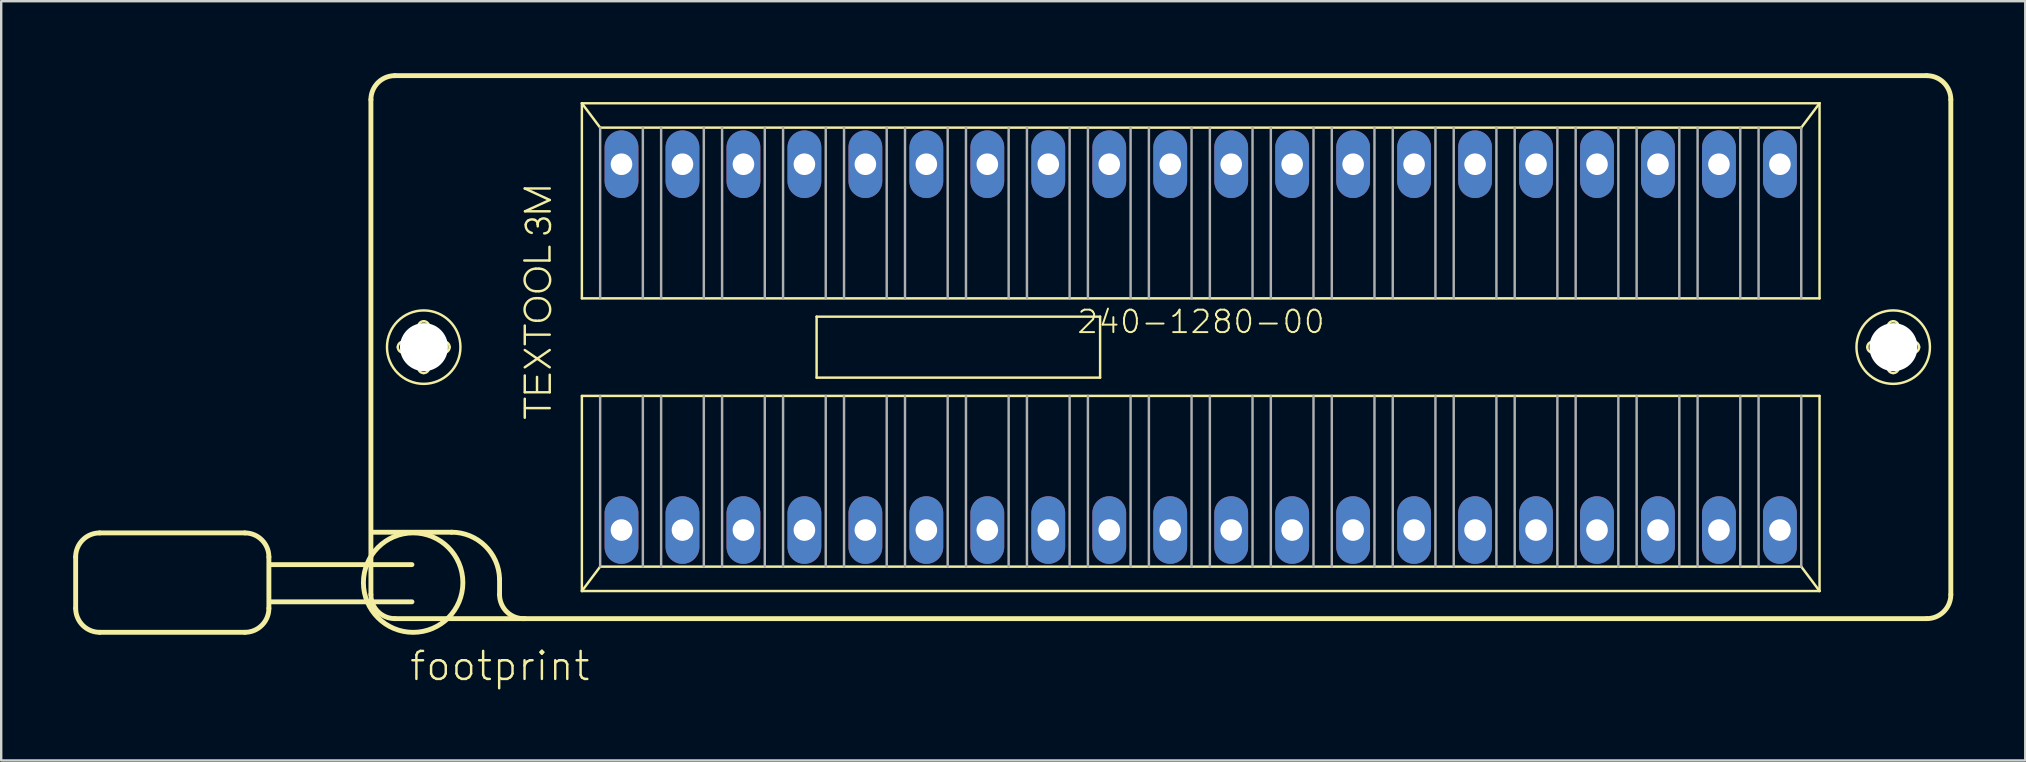
<source format=kicad_pcb>
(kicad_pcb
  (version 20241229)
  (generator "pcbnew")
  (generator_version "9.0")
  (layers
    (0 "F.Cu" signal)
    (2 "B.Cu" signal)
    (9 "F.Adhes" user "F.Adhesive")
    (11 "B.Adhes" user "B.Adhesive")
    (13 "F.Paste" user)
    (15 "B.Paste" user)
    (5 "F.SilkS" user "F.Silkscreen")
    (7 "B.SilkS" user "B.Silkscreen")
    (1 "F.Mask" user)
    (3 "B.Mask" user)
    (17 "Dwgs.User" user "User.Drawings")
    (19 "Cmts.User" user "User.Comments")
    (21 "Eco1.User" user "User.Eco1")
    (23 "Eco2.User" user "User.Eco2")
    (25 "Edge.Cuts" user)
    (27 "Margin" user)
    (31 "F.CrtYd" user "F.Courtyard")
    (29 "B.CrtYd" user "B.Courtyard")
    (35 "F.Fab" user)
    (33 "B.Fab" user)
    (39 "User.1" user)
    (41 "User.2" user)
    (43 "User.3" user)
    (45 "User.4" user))
  (footprint "footprint"
    (layer "F.Cu")
    (at 46.972 11.412)
    (property "Reference" "footprint" (at -33.02 13.97 0) (layer "F.SilkS") (effects (font (size 1.168 1.168) (thickness 0.102)) (justify left bottom)))
    (fp_line (start -46.87 8.74) (end -46.87 10.88) (stroke (width 0.203) (type solid)) (layer "F.SilkS"))
    (fp_line (start -45.87 7.74) (end -39.82 7.74) (stroke (width 0.203) (type solid)) (layer "F.SilkS"))
    (fp_line (start -39.82 11.88) (end -45.87 11.88) (stroke (width 0.203) (type solid)) (layer "F.SilkS"))
    (fp_line (start -38.82 8.74) (end -38.82 10.88) (stroke (width 0.203) (type solid)) (layer "F.SilkS"))
    (fp_line (start -34.57 10.31) (end -34.57 -10.31) (stroke (width 0.203) (type solid)) (layer "F.SilkS"))
    (fp_line (start -34.46 7.71) (end -31.21 7.71) (stroke (width 0.203) (type solid)) (layer "F.SilkS"))
    (fp_line (start -33.57 -11.31) (end 30.25 -11.31) (stroke (width 0.203) (type solid)) (layer "F.SilkS"))
    (fp_line (start -33.22 -0.23) (end -32.67 -0.23) (stroke (width 0.102) (type solid)) (layer "F.SilkS"))
    (fp_line (start -32.86 9.06) (end -38.77 9.06) (stroke (width 0.203) (type solid)) (layer "F.SilkS"))
    (fp_line (start -32.86 10.61) (end -38.77 10.61) (stroke (width 0.203) (type solid)) (layer "F.SilkS"))
    (fp_line (start -32.68 0.23) (end -33.22 0.23) (stroke (width 0.102) (type solid)) (layer "F.SilkS"))
    (fp_line (start -32.6 -0.31) (end -32.6 -0.85) (stroke (width 0.102) (type solid)) (layer "F.SilkS"))
    (fp_line (start -32.6 0.85) (end -32.6 0.3) (stroke (width 0.102) (type solid)) (layer "F.SilkS"))
    (fp_line (start -32.14 -0.85) (end -32.14 -0.3) (stroke (width 0.102) (type solid)) (layer "F.SilkS"))
    (fp_line (start -32.14 0.31) (end -32.14 0.85) (stroke (width 0.102) (type solid)) (layer "F.SilkS"))
    (fp_line (start -32.06 -0.23) (end -31.52 -0.23) (stroke (width 0.102) (type solid)) (layer "F.SilkS"))
    (fp_line (start -31.52 0.23) (end -32.07 0.23) (stroke (width 0.102) (type solid)) (layer "F.SilkS"))
    (fp_line (start -29.21 9.66) (end -29.21 10.31) (stroke (width 0.203) (type solid)) (layer "F.SilkS"))
    (fp_line (start -28.18 -3.61) (end -27.13 -3.61) (stroke (width 0.102) (type solid)) (layer "F.SilkS"))
    (fp_line (start -28.16 -6.61) (end -27.12 -6.61) (stroke (width 0.102) (type solid)) (layer "F.SilkS"))
    (fp_line (start -28.16 -0.12) (end -28.16 -0.9) (stroke (width 0.102) (type solid)) (layer "F.SilkS"))
    (fp_line (start -28.16 0.12) (end -27.12 0.84) (stroke (width 0.102) (type solid)) (layer "F.SilkS"))
    (fp_line (start -28.16 0.84) (end -27.12 0.12) (stroke (width 0.102) (type solid)) (layer "F.SilkS"))
    (fp_line (start -28.16 1.18) (end -28.16 1.88) (stroke (width 0.102) (type solid)) (layer "F.SilkS"))
    (fp_line (start -28.16 1.88) (end -27.12 1.88) (stroke (width 0.102) (type solid)) (layer "F.SilkS"))
    (fp_line (start -28.16 2.94) (end -28.16 2.15) (stroke (width 0.102) (type solid)) (layer "F.SilkS"))
    (fp_line (start -28.15 -5.66) (end -27.12 -6.13) (stroke (width 0.102) (type solid)) (layer "F.SilkS"))
    (fp_line (start -28.15 2.54) (end -27.12 2.54) (stroke (width 0.102) (type solid)) (layer "F.SilkS"))
    (fp_line (start -28.14 -0.52) (end -27.12 -0.52) (stroke (width 0.102) (type solid)) (layer "F.SilkS"))
    (fp_line (start -27.7 -3.27) (end -27.57 -3.27) (stroke (width 0.102) (type solid)) (layer "F.SilkS"))
    (fp_line (start -27.7 -2.33) (end -27.57 -2.33) (stroke (width 0.102) (type solid)) (layer "F.SilkS"))
    (fp_line (start -27.7 -2.04) (end -27.57 -2.04) (stroke (width 0.102) (type solid)) (layer "F.SilkS"))
    (fp_line (start -27.7 -1.1) (end -27.57 -1.1) (stroke (width 0.102) (type solid)) (layer "F.SilkS"))
    (fp_line (start -27.65 1.24) (end -27.65 1.84) (stroke (width 0.102) (type solid)) (layer "F.SilkS"))
    (fp_line (start -27.62 -5.03) (end -27.62 -5.12) (stroke (width 0.102) (type solid)) (layer "F.SilkS"))
    (fp_line (start -27.13 -3.61) (end -27.13 -4.18) (stroke (width 0.102) (type solid)) (layer "F.SilkS"))
    (fp_line (start -27.12 -6.13) (end -28.16 -6.61) (stroke (width 0.102) (type solid)) (layer "F.SilkS"))
    (fp_line (start -27.12 -5.66) (end -28.15 -5.66) (stroke (width 0.102) (type solid)) (layer "F.SilkS"))
    (fp_line (start -27.12 1.88) (end -27.12 1.15) (stroke (width 0.102) (type solid)) (layer "F.SilkS"))
    (fp_line (start -25.781 -10.16) (end 25.781 -10.16) (stroke (width 0.102) (type solid)) (layer "F.SilkS"))
    (fp_line (start -25.781 -2.032) (end -25.781 -10.16) (stroke (width 0.102) (type solid)) (layer "F.SilkS"))
    (fp_line (start -25.781 2.032) (end 25.781 2.032) (stroke (width 0.102) (type solid)) (layer "F.SilkS"))
    (fp_line (start -25.781 10.16) (end -25.781 2.032) (stroke (width 0.102) (type solid)) (layer "F.SilkS"))
    (fp_line (start -25.781 10.16) (end -25.019 9.144) (stroke (width 0.102) (type solid)) (layer "F.SilkS"))
    (fp_line (start -25.019 -9.144) (end -25.781 -10.16) (stroke (width 0.102) (type solid)) (layer "F.SilkS"))
    (fp_line (start -25.019 9.144) (end 25.019 9.144) (stroke (width 0.102) (type solid)) (layer "F.SilkS"))
    (fp_line (start -16.002 -1.27) (end -4.191 -1.27) (stroke (width 0.102) (type solid)) (layer "F.SilkS"))
    (fp_line (start -16.002 1.27) (end -16.002 -1.27) (stroke (width 0.102) (type solid)) (layer "F.SilkS"))
    (fp_line (start -4.191 -1.27) (end -4.191 1.27) (stroke (width 0.102) (type solid)) (layer "F.SilkS"))
    (fp_line (start -4.191 1.27) (end -16.002 1.27) (stroke (width 0.102) (type solid)) (layer "F.SilkS"))
    (fp_line (start 25.019 -9.144) (end -25.019 -9.144) (stroke (width 0.102) (type solid)) (layer "F.SilkS"))
    (fp_line (start 25.019 9.144) (end 25.781 10.16) (stroke (width 0.102) (type solid)) (layer "F.SilkS"))
    (fp_line (start 25.781 -10.16) (end 25.019 -9.144) (stroke (width 0.102) (type solid)) (layer "F.SilkS"))
    (fp_line (start 25.781 -10.16) (end 25.781 -2.032) (stroke (width 0.102) (type solid)) (layer "F.SilkS"))
    (fp_line (start 25.781 -2.032) (end -25.781 -2.032) (stroke (width 0.102) (type solid)) (layer "F.SilkS"))
    (fp_line (start 25.781 2.032) (end 25.781 10.16) (stroke (width 0.102) (type solid)) (layer "F.SilkS"))
    (fp_line (start 25.781 10.16) (end -25.781 10.16) (stroke (width 0.102) (type solid)) (layer "F.SilkS"))
    (fp_line (start 28 -0.23) (end 28.55 -0.23) (stroke (width 0.102) (type solid)) (layer "F.SilkS"))
    (fp_line (start 28.54 0.23) (end 28 0.23) (stroke (width 0.102) (type solid)) (layer "F.SilkS"))
    (fp_line (start 28.62 -0.31) (end 28.62 -0.85) (stroke (width 0.102) (type solid)) (layer "F.SilkS"))
    (fp_line (start 28.62 0.85) (end 28.62 0.3) (stroke (width 0.102) (type solid)) (layer "F.SilkS"))
    (fp_line (start 29.08 -0.85) (end 29.08 -0.3) (stroke (width 0.102) (type solid)) (layer "F.SilkS"))
    (fp_line (start 29.08 0.31) (end 29.08 0.85) (stroke (width 0.102) (type solid)) (layer "F.SilkS"))
    (fp_line (start 29.16 -0.23) (end 29.7 -0.23) (stroke (width 0.102) (type solid)) (layer "F.SilkS"))
    (fp_line (start 29.7 0.23) (end 29.15 0.23) (stroke (width 0.102) (type solid)) (layer "F.SilkS"))
    (fp_line (start 30.25 11.31) (end -33.57 11.31) (stroke (width 0.203) (type solid)) (layer "F.SilkS"))
    (fp_line (start 31.25 -10.31) (end 31.25 10.31) (stroke (width 0.203) (type solid)) (layer "F.SilkS"))
    (fp_arc (start -46.87 8.74) (mid -46.577107 8.032893) (end -45.87 7.74) (stroke (width 0.2032) (type solid)) (layer "F.SilkS"))
    (fp_arc (start -45.87 11.88) (mid -46.577107 11.587107) (end -46.87 10.88) (stroke (width 0.2032) (type solid)) (layer "F.SilkS"))
    (fp_arc (start -39.82 7.74) (mid -39.112893 8.032893) (end -38.82 8.74) (stroke (width 0.2032) (type solid)) (layer "F.SilkS"))
    (fp_arc (start -38.82 10.88) (mid -39.112893 11.587107) (end -39.82 11.88) (stroke (width 0.2032) (type solid)) (layer "F.SilkS"))
    (fp_arc (start -34.57 -10.31) (mid -34.277107 -11.017107) (end -33.57 -11.31) (stroke (width 0.2032) (type solid)) (layer "F.SilkS"))
    (fp_arc (start -33.57 11.31) (mid -34.277107 11.017107) (end -34.57 10.31) (stroke (width 0.2032) (type solid)) (layer "F.SilkS"))
    (fp_arc (start -33.45 0) (mid -33.382635 -0.162635) (end -33.22 -0.23) (stroke (width 0.1016) (type solid)) (layer "F.SilkS"))
    (fp_arc (start -33.22 0.23) (mid -33.382635 0.162635) (end -33.45 0) (stroke (width 0.1016) (type solid)) (layer "F.SilkS"))
    (fp_arc (start -32.68 0.23) (mid -32.630503 0.250503) (end -32.61 0.3) (stroke (width 0.1016) (type solid)) (layer "F.SilkS"))
    (fp_arc (start -32.6 -0.85) (mid -32.532635 -1.012635) (end -32.37 -1.08) (stroke (width 0.1016) (type solid)) (layer "F.SilkS"))
    (fp_arc (start -32.6 -0.3) (mid -32.620503 -0.250503) (end -32.67 -0.23) (stroke (width 0.1016) (type solid)) (layer "F.SilkS"))
    (fp_arc (start -32.37 -1.08) (mid -32.207365 -1.012635) (end -32.14 -0.85) (stroke (width 0.1016) (type solid)) (layer "F.SilkS"))
    (fp_arc (start -32.37 1.08) (mid -32.532635 1.012635) (end -32.6 0.85) (stroke (width 0.1016) (type solid)) (layer "F.SilkS"))
    (fp_arc (start -32.14 0.3) (mid -32.119497 0.250503) (end -32.07 0.23) (stroke (width 0.1016) (type solid)) (layer "F.SilkS"))
    (fp_arc (start -32.14 0.85) (mid -32.207365 1.012635) (end -32.37 1.08) (stroke (width 0.1016) (type solid)) (layer "F.SilkS"))
    (fp_arc (start -32.07 -0.23) (mid -32.119497 -0.250503) (end -32.14 -0.3) (stroke (width 0.1016) (type solid)) (layer "F.SilkS"))
    (fp_arc (start -31.52 -0.23) (mid -31.357365 -0.162635) (end -31.29 0) (stroke (width 0.1016) (type solid)) (layer "F.SilkS"))
    (fp_arc (start -31.29 0) (mid -31.357365 0.162635) (end -31.52 0.23) (stroke (width 0.1016) (type solid)) (layer "F.SilkS"))
    (fp_arc (start -31.21 7.71) (mid -29.813341 8.278169) (end -29.21 9.659998) (stroke (width 0.2032) (type solid)) (layer "F.SilkS"))
    (fp_arc (start -28.159998 11.309999) (mid -28.899284 11.035) (end -29.21 10.31) (stroke (width 0.2032) (type solid)) (layer "F.SilkS"))
    (fp_arc (start -28.12 -5.109999) (mid -28.084621 -5.207696) (end -28.01 -5.28) (stroke (width 0.1016) (type solid)) (layer "F.SilkS"))
    (fp_arc (start -28.01 -5.28) (mid -27.877382 -5.322157) (end -27.74 -5.3) (stroke (width 0.1016) (type solid)) (layer "F.SilkS"))
    (fp_arc (start -27.870001 -4.759999) (mid -28.06297 -4.88645) (end -28.12 -5.11) (stroke (width 0.1016) (type solid)) (layer "F.SilkS"))
    (fp_arc (start -27.740001 -5.299999) (mid -27.652751 -5.228166) (end -27.62 -5.12) (stroke (width 0.1016) (type solid)) (layer "F.SilkS"))
    (fp_arc (start -27.7 -2.33) (mid -28.17 -2.8) (end -27.7 -3.27) (stroke (width 0.1016) (type solid)) (layer "F.SilkS"))
    (fp_arc (start -27.7 -1.1) (mid -28.17 -1.57) (end -27.7 -2.04) (stroke (width 0.1016) (type solid)) (layer "F.SilkS"))
    (fp_arc (start -27.62 -5.12) (mid -27.58789 -5.240938) (end -27.499999 -5.330001) (stroke (width 0.1016) (type solid)) (layer "F.SilkS"))
    (fp_arc (start -27.57 -3.27) (mid -27.1 -2.8) (end -27.57 -2.33) (stroke (width 0.1016) (type solid)) (layer "F.SilkS"))
    (fp_arc (start -27.57 -2.04) (mid -27.1 -1.57) (end -27.57 -1.1) (stroke (width 0.1016) (type solid)) (layer "F.SilkS"))
    (fp_arc (start -27.5 -5.33) (mid -27.356885 -5.363595) (end -27.219999 -5.309999) (stroke (width 0.1016) (type solid)) (layer "F.SilkS"))
    (fp_arc (start -27.22 -5.31) (mid -27.145084 -5.220954) (end -27.11 -5.110001) (stroke (width 0.1016) (type solid)) (layer "F.SilkS"))
    (fp_arc (start -27.12 -4.92) (mid -27.202524 -4.788503) (end -27.35 -4.740001) (stroke (width 0.1016) (type solid)) (layer "F.SilkS"))
    (fp_arc (start -27.11 -5.11) (mid -27.107277 -5.014593) (end -27.12 -4.92) (stroke (width 0.1016) (type solid)) (layer "F.SilkS"))
    (fp_arc (start 27.77 0) (mid 27.837365 -0.162635) (end 28 -0.23) (stroke (width 0.1016) (type solid)) (layer "F.SilkS"))
    (fp_arc (start 28 0.23) (mid 27.837365 0.162635) (end 27.77 0) (stroke (width 0.1016) (type solid)) (layer "F.SilkS"))
    (fp_arc (start 28.54 0.23) (mid 28.589497 0.250503) (end 28.61 0.3) (stroke (width 0.1016) (type solid)) (layer "F.SilkS"))
    (fp_arc (start 28.62 -0.85) (mid 28.687365 -1.012635) (end 28.85 -1.08) (stroke (width 0.1016) (type solid)) (layer "F.SilkS"))
    (fp_arc (start 28.62 -0.3) (mid 28.599497 -0.250503) (end 28.55 -0.23) (stroke (width 0.1016) (type solid)) (layer "F.SilkS"))
    (fp_arc (start 28.85 -1.08) (mid 29.012635 -1.012635) (end 29.08 -0.85) (stroke (width 0.1016) (type solid)) (layer "F.SilkS"))
    (fp_arc (start 28.85 1.08) (mid 28.687365 1.012635) (end 28.62 0.85) (stroke (width 0.1016) (type solid)) (layer "F.SilkS"))
    (fp_arc (start 29.08 0.3) (mid 29.100503 0.250503) (end 29.15 0.23) (stroke (width 0.1016) (type solid)) (layer "F.SilkS"))
    (fp_arc (start 29.08 0.85) (mid 29.012635 1.012635) (end 28.85 1.08) (stroke (width 0.1016) (type solid)) (layer "F.SilkS"))
    (fp_arc (start 29.15 -0.23) (mid 29.100503 -0.250503) (end 29.08 -0.3) (stroke (width 0.1016) (type solid)) (layer "F.SilkS"))
    (fp_arc (start 29.7 -0.23) (mid 29.862635 -0.162635) (end 29.93 0) (stroke (width 0.1016) (type solid)) (layer "F.SilkS"))
    (fp_arc (start 29.93 0) (mid 29.862635 0.162635) (end 29.7 0.23) (stroke (width 0.1016) (type solid)) (layer "F.SilkS"))
    (fp_arc (start 30.25 -11.31) (mid 30.957107 -11.017107) (end 31.25 -10.31) (stroke (width 0.2032) (type solid)) (layer "F.SilkS"))
    (fp_arc (start 31.25 10.31) (mid 30.957107 11.017107) (end 30.25 11.31) (stroke (width 0.2032) (type solid)) (layer "F.SilkS"))
    (fp_circle (center -32.81 9.81) (end -30.738 9.81) (stroke (width 0.203) (type solid)) (fill no) (layer "F.SilkS"))
    (fp_circle (center -32.37 0) (end -30.84 0) (stroke (width 0.102) (type solid)) (fill no) (layer "F.SilkS"))
    (fp_circle (center 28.85 0) (end 30.38 0) (stroke (width 0.102) (type solid)) (fill no) (layer "F.SilkS"))
    (fp_line (start -25.019 -9.144) (end -25.019 -2.032) (stroke (width 0.102) (type solid)) (layer "F.Fab"))
    (fp_line (start -25.019 2.032) (end -25.019 9.144) (stroke (width 0.102) (type solid)) (layer "F.Fab"))
    (fp_line (start -23.241 -2.032) (end -23.241 -9.144) (stroke (width 0.102) (type solid)) (layer "F.Fab"))
    (fp_line (start -23.241 2.032) (end -23.241 9.144) (stroke (width 0.102) (type solid)) (layer "F.Fab"))
    (fp_line (start -22.479 -2.032) (end -22.479 -9.144) (stroke (width 0.102) (type solid)) (layer "F.Fab"))
    (fp_line (start -22.479 2.032) (end -22.479 9.144) (stroke (width 0.102) (type solid)) (layer "F.Fab"))
    (fp_line (start -20.701 -2.032) (end -20.701 -9.144) (stroke (width 0.102) (type solid)) (layer "F.Fab"))
    (fp_line (start -20.701 2.032) (end -20.701 9.144) (stroke (width 0.102) (type solid)) (layer "F.Fab"))
    (fp_line (start -19.939 -2.032) (end -19.939 -9.144) (stroke (width 0.102) (type solid)) (layer "F.Fab"))
    (fp_line (start -19.939 2.032) (end -19.939 9.144) (stroke (width 0.102) (type solid)) (layer "F.Fab"))
    (fp_line (start -18.161 -2.032) (end -18.161 -9.144) (stroke (width 0.102) (type solid)) (layer "F.Fab"))
    (fp_line (start -18.161 2.032) (end -18.161 9.144) (stroke (width 0.102) (type solid)) (layer "F.Fab"))
    (fp_line (start -17.399 -2.032) (end -17.399 -9.144) (stroke (width 0.102) (type solid)) (layer "F.Fab"))
    (fp_line (start -17.399 2.032) (end -17.399 9.144) (stroke (width 0.102) (type solid)) (layer "F.Fab"))
    (fp_line (start -15.621 -2.032) (end -15.621 -9.144) (stroke (width 0.102) (type solid)) (layer "F.Fab"))
    (fp_line (start -15.621 2.032) (end -15.621 9.144) (stroke (width 0.102) (type solid)) (layer "F.Fab"))
    (fp_line (start -14.859 -2.032) (end -14.859 -9.144) (stroke (width 0.102) (type solid)) (layer "F.Fab"))
    (fp_line (start -14.859 2.032) (end -14.859 9.144) (stroke (width 0.102) (type solid)) (layer "F.Fab"))
    (fp_line (start -13.081 -2.032) (end -13.081 -9.144) (stroke (width 0.102) (type solid)) (layer "F.Fab"))
    (fp_line (start -13.081 2.032) (end -13.081 9.144) (stroke (width 0.102) (type solid)) (layer "F.Fab"))
    (fp_line (start -12.319 -2.032) (end -12.319 -9.144) (stroke (width 0.102) (type solid)) (layer "F.Fab"))
    (fp_line (start -12.319 2.032) (end -12.319 9.144) (stroke (width 0.102) (type solid)) (layer "F.Fab"))
    (fp_line (start -10.541 -2.032) (end -10.541 -9.144) (stroke (width 0.102) (type solid)) (layer "F.Fab"))
    (fp_line (start -10.541 2.032) (end -10.541 9.144) (stroke (width 0.102) (type solid)) (layer "F.Fab"))
    (fp_line (start -9.779 -2.032) (end -9.779 -9.144) (stroke (width 0.102) (type solid)) (layer "F.Fab"))
    (fp_line (start -9.779 2.032) (end -9.779 9.144) (stroke (width 0.102) (type solid)) (layer "F.Fab"))
    (fp_line (start -8.001 -2.032) (end -8.001 -9.144) (stroke (width 0.102) (type solid)) (layer "F.Fab"))
    (fp_line (start -8.001 2.032) (end -8.001 9.144) (stroke (width 0.102) (type solid)) (layer "F.Fab"))
    (fp_line (start -7.239 -2.032) (end -7.239 -9.144) (stroke (width 0.102) (type solid)) (layer "F.Fab"))
    (fp_line (start -7.239 2.032) (end -7.239 9.144) (stroke (width 0.102) (type solid)) (layer "F.Fab"))
    (fp_line (start -5.461 -2.032) (end -5.461 -9.144) (stroke (width 0.102) (type solid)) (layer "F.Fab"))
    (fp_line (start -5.461 2.032) (end -5.461 9.144) (stroke (width 0.102) (type solid)) (layer "F.Fab"))
    (fp_line (start -4.699 -2.032) (end -4.699 -9.144) (stroke (width 0.102) (type solid)) (layer "F.Fab"))
    (fp_line (start -4.699 2.032) (end -4.699 9.144) (stroke (width 0.102) (type solid)) (layer "F.Fab"))
    (fp_line (start -2.921 -2.032) (end -2.921 -9.144) (stroke (width 0.102) (type solid)) (layer "F.Fab"))
    (fp_line (start -2.921 2.032) (end -2.921 9.144) (stroke (width 0.102) (type solid)) (layer "F.Fab"))
    (fp_line (start -2.159 -2.032) (end -2.159 -9.144) (stroke (width 0.102) (type solid)) (layer "F.Fab"))
    (fp_line (start -2.159 2.032) (end -2.159 9.144) (stroke (width 0.102) (type solid)) (layer "F.Fab"))
    (fp_line (start -0.381 -2.032) (end -0.381 -9.144) (stroke (width 0.102) (type solid)) (layer "F.Fab"))
    (fp_line (start -0.381 2.032) (end -0.381 9.144) (stroke (width 0.102) (type solid)) (layer "F.Fab"))
    (fp_line (start 0.381 -2.032) (end 0.381 -9.144) (stroke (width 0.102) (type solid)) (layer "F.Fab"))
    (fp_line (start 0.381 2.032) (end 0.381 9.144) (stroke (width 0.102) (type solid)) (layer "F.Fab"))
    (fp_line (start 2.159 -2.032) (end 2.159 -9.144) (stroke (width 0.102) (type solid)) (layer "F.Fab"))
    (fp_line (start 2.159 2.032) (end 2.159 9.144) (stroke (width 0.102) (type solid)) (layer "F.Fab"))
    (fp_line (start 2.921 -2.032) (end 2.921 -9.144) (stroke (width 0.102) (type solid)) (layer "F.Fab"))
    (fp_line (start 2.921 2.032) (end 2.921 9.144) (stroke (width 0.102) (type solid)) (layer "F.Fab"))
    (fp_line (start 4.699 -2.032) (end 4.699 -9.144) (stroke (width 0.102) (type solid)) (layer "F.Fab"))
    (fp_line (start 4.699 2.032) (end 4.699 9.144) (stroke (width 0.102) (type solid)) (layer "F.Fab"))
    (fp_line (start 5.461 -2.032) (end 5.461 -9.144) (stroke (width 0.102) (type solid)) (layer "F.Fab"))
    (fp_line (start 5.461 2.032) (end 5.461 9.144) (stroke (width 0.102) (type solid)) (layer "F.Fab"))
    (fp_line (start 7.239 -2.032) (end 7.239 -9.144) (stroke (width 0.102) (type solid)) (layer "F.Fab"))
    (fp_line (start 7.239 2.032) (end 7.239 9.144) (stroke (width 0.102) (type solid)) (layer "F.Fab"))
    (fp_line (start 8.001 -2.032) (end 8.001 -9.144) (stroke (width 0.102) (type solid)) (layer "F.Fab"))
    (fp_line (start 8.001 2.032) (end 8.001 9.144) (stroke (width 0.102) (type solid)) (layer "F.Fab"))
    (fp_line (start 9.779 -2.032) (end 9.779 -9.144) (stroke (width 0.102) (type solid)) (layer "F.Fab"))
    (fp_line (start 9.779 2.032) (end 9.779 9.144) (stroke (width 0.102) (type solid)) (layer "F.Fab"))
    (fp_line (start 10.541 -2.032) (end 10.541 -9.144) (stroke (width 0.102) (type solid)) (layer "F.Fab"))
    (fp_line (start 10.541 2.032) (end 10.541 9.144) (stroke (width 0.102) (type solid)) (layer "F.Fab"))
    (fp_line (start 12.319 -2.032) (end 12.319 -9.144) (stroke (width 0.102) (type solid)) (layer "F.Fab"))
    (fp_line (start 12.319 2.032) (end 12.319 9.144) (stroke (width 0.102) (type solid)) (layer "F.Fab"))
    (fp_line (start 13.081 -2.032) (end 13.081 -9.144) (stroke (width 0.102) (type solid)) (layer "F.Fab"))
    (fp_line (start 13.081 2.032) (end 13.081 9.144) (stroke (width 0.102) (type solid)) (layer "F.Fab"))
    (fp_line (start 14.859 -2.032) (end 14.859 -9.144) (stroke (width 0.102) (type solid)) (layer "F.Fab"))
    (fp_line (start 14.859 2.032) (end 14.859 9.144) (stroke (width 0.102) (type solid)) (layer "F.Fab"))
    (fp_line (start 15.621 -2.032) (end 15.621 -9.144) (stroke (width 0.102) (type solid)) (layer "F.Fab"))
    (fp_line (start 15.621 2.032) (end 15.621 9.144) (stroke (width 0.102) (type solid)) (layer "F.Fab"))
    (fp_line (start 17.399 -2.032) (end 17.399 -9.144) (stroke (width 0.102) (type solid)) (layer "F.Fab"))
    (fp_line (start 17.399 2.032) (end 17.399 9.144) (stroke (width 0.102) (type solid)) (layer "F.Fab"))
    (fp_line (start 18.161 -2.032) (end 18.161 -9.144) (stroke (width 0.102) (type solid)) (layer "F.Fab"))
    (fp_line (start 18.161 2.032) (end 18.161 9.144) (stroke (width 0.102) (type solid)) (layer "F.Fab"))
    (fp_line (start 19.939 -2.032) (end 19.939 -9.144) (stroke (width 0.102) (type solid)) (layer "F.Fab"))
    (fp_line (start 19.939 2.032) (end 19.939 9.144) (stroke (width 0.102) (type solid)) (layer "F.Fab"))
    (fp_line (start 20.701 -2.032) (end 20.701 -9.144) (stroke (width 0.102) (type solid)) (layer "F.Fab"))
    (fp_line (start 20.701 2.032) (end 20.701 9.144) (stroke (width 0.102) (type solid)) (layer "F.Fab"))
    (fp_line (start 22.479 -2.032) (end 22.479 -9.144) (stroke (width 0.102) (type solid)) (layer "F.Fab"))
    (fp_line (start 22.479 2.032) (end 22.479 9.144) (stroke (width 0.102) (type solid)) (layer "F.Fab"))
    (fp_line (start 23.241 -2.032) (end 23.241 -9.144) (stroke (width 0.102) (type solid)) (layer "F.Fab"))
    (fp_line (start 23.241 2.032) (end 23.241 9.144) (stroke (width 0.102) (type solid)) (layer "F.Fab"))
    (fp_line (start 25.019 -2.032) (end 25.019 -9.144) (stroke (width 0.102) (type solid)) (layer "F.Fab"))
    (fp_line (start 25.019 9.144) (end 25.019 2.032) (stroke (width 0.102) (type solid)) (layer "F.Fab"))
    (fp_text user "240-1280-00" (at -5.207 -0.508 180) (layer "F.SilkS") (effects (font (size 0.935 0.935) (thickness 0.081)) (justify left bottom)))
    (pad "" np_thru_hole circle (at -32.36 0) (size 2 2) (drill 2) (layers "*.Cu" "*.Mask"))
    (pad "" np_thru_hole circle (at 28.86 0) (size 2 2) (drill 2) (layers "*.Cu" "*.Mask"))
    (pad "1" thru_hole oval (at -24.13 7.62 90) (size 2.816 1.408) (drill 0.9) (layers "*.Cu" "*.Mask"))
    (pad "2" thru_hole oval (at -21.59 7.62 90) (size 2.816 1.408) (drill 0.9) (layers "*.Cu" "*.Mask"))
    (pad "3" thru_hole oval (at -19.05 7.62 90) (size 2.816 1.408) (drill 0.9) (layers "*.Cu" "*.Mask"))
    (pad "4" thru_hole oval (at -16.51 7.62 90) (size 2.816 1.408) (drill 0.9) (layers "*.Cu" "*.Mask"))
    (pad "5" thru_hole oval (at -13.97 7.62 90) (size 2.816 1.408) (drill 0.9) (layers "*.Cu" "*.Mask"))
    (pad "6" thru_hole oval (at -11.43 7.62 90) (size 2.816 1.408) (drill 0.9) (layers "*.Cu" "*.Mask"))
    (pad "7" thru_hole oval (at -8.89 7.62 90) (size 2.816 1.408) (drill 0.9) (layers "*.Cu" "*.Mask"))
    (pad "8" thru_hole oval (at -6.35 7.62 90) (size 2.816 1.408) (drill 0.9) (layers "*.Cu" "*.Mask"))
    (pad "9" thru_hole oval (at -3.81 7.62 90) (size 2.816 1.408) (drill 0.9) (layers "*.Cu" "*.Mask"))
    (pad "10" thru_hole oval (at -1.27 7.62 90) (size 2.816 1.408) (drill 0.9) (layers "*.Cu" "*.Mask"))
    (pad "11" thru_hole oval (at 1.27 7.62 90) (size 2.816 1.408) (drill 0.9) (layers "*.Cu" "*.Mask"))
    (pad "12" thru_hole oval (at 3.81 7.62 90) (size 2.816 1.408) (drill 0.9) (layers "*.Cu" "*.Mask"))
    (pad "13" thru_hole oval (at 6.35 7.62 90) (size 2.816 1.408) (drill 0.9) (layers "*.Cu" "*.Mask"))
    (pad "14" thru_hole oval (at 8.89 7.62 90) (size 2.816 1.408) (drill 0.9) (layers "*.Cu" "*.Mask"))
    (pad "15" thru_hole oval (at 11.43 7.62 90) (size 2.816 1.408) (drill 0.9) (layers "*.Cu" "*.Mask"))
    (pad "16" thru_hole oval (at 13.97 7.62 90) (size 2.816 1.408) (drill 0.9) (layers "*.Cu" "*.Mask"))
    (pad "17" thru_hole oval (at 16.51 7.62 90) (size 2.816 1.408) (drill 0.9) (layers "*.Cu" "*.Mask"))
    (pad "18" thru_hole oval (at 19.05 7.62 90) (size 2.816 1.408) (drill 0.9) (layers "*.Cu" "*.Mask"))
    (pad "19" thru_hole oval (at 21.59 7.62 90) (size 2.816 1.408) (drill 0.9) (layers "*.Cu" "*.Mask"))
    (pad "20" thru_hole oval (at 24.13 7.62 90) (size 2.816 1.408) (drill 0.9) (layers "*.Cu" "*.Mask"))
    (pad "21" thru_hole oval (at 24.13 -7.62 90) (size 2.816 1.408) (drill 0.9) (layers "*.Cu" "*.Mask"))
    (pad "22" thru_hole oval (at 21.59 -7.62 90) (size 2.816 1.408) (drill 0.9) (layers "*.Cu" "*.Mask"))
    (pad "23" thru_hole oval (at 19.05 -7.62 90) (size 2.816 1.408) (drill 0.9) (layers "*.Cu" "*.Mask"))
    (pad "24" thru_hole oval (at 16.51 -7.62 90) (size 2.816 1.408) (drill 0.9) (layers "*.Cu" "*.Mask"))
    (pad "25" thru_hole oval (at 13.97 -7.62 90) (size 2.816 1.408) (drill 0.9) (layers "*.Cu" "*.Mask"))
    (pad "26" thru_hole oval (at 11.43 -7.62 90) (size 2.816 1.408) (drill 0.9) (layers "*.Cu" "*.Mask"))
    (pad "27" thru_hole oval (at 8.89 -7.62 90) (size 2.816 1.408) (drill 0.9) (layers "*.Cu" "*.Mask"))
    (pad "28" thru_hole oval (at 6.35 -7.62 90) (size 2.816 1.408) (drill 0.9) (layers "*.Cu" "*.Mask"))
    (pad "29" thru_hole oval (at 3.81 -7.62 90) (size 2.816 1.408) (drill 0.9) (layers "*.Cu" "*.Mask"))
    (pad "30" thru_hole oval (at 1.27 -7.62 90) (size 2.816 1.408) (drill 0.9) (layers "*.Cu" "*.Mask"))
    (pad "31" thru_hole oval (at -1.27 -7.62 90) (size 2.816 1.408) (drill 0.9) (layers "*.Cu" "*.Mask"))
    (pad "32" thru_hole oval (at -3.81 -7.62 90) (size 2.816 1.408) (drill 0.9) (layers "*.Cu" "*.Mask"))
    (pad "33" thru_hole oval (at -6.35 -7.62 90) (size 2.816 1.408) (drill 0.9) (layers "*.Cu" "*.Mask"))
    (pad "34" thru_hole oval (at -8.89 -7.62 90) (size 2.816 1.408) (drill 0.9) (layers "*.Cu" "*.Mask"))
    (pad "35" thru_hole oval (at -11.43 -7.62 90) (size 2.816 1.408) (drill 0.9) (layers "*.Cu" "*.Mask"))
    (pad "36" thru_hole oval (at -13.97 -7.62 90) (size 2.816 1.408) (drill 0.9) (layers "*.Cu" "*.Mask"))
    (pad "37" thru_hole oval (at -16.51 -7.62 90) (size 2.816 1.408) (drill 0.9) (layers "*.Cu" "*.Mask"))
    (pad "38" thru_hole oval (at -19.05 -7.62 90) (size 2.816 1.408) (drill 0.9) (layers "*.Cu" "*.Mask"))
    (pad "39" thru_hole oval (at -21.59 -7.62 90) (size 2.816 1.408) (drill 0.9) (layers "*.Cu" "*.Mask"))
    (pad "40" thru_hole oval (at -24.13 -7.62 90) (size 2.816 1.408) (drill 0.9) (layers "*.Cu" "*.Mask")))
  (gr_rect
    (start -3 -3)
    (end 81.323 28.632)
    (stroke (width 0.1) (type default))
    (fill no)
    (layer "Edge.Cuts")))
</source>
